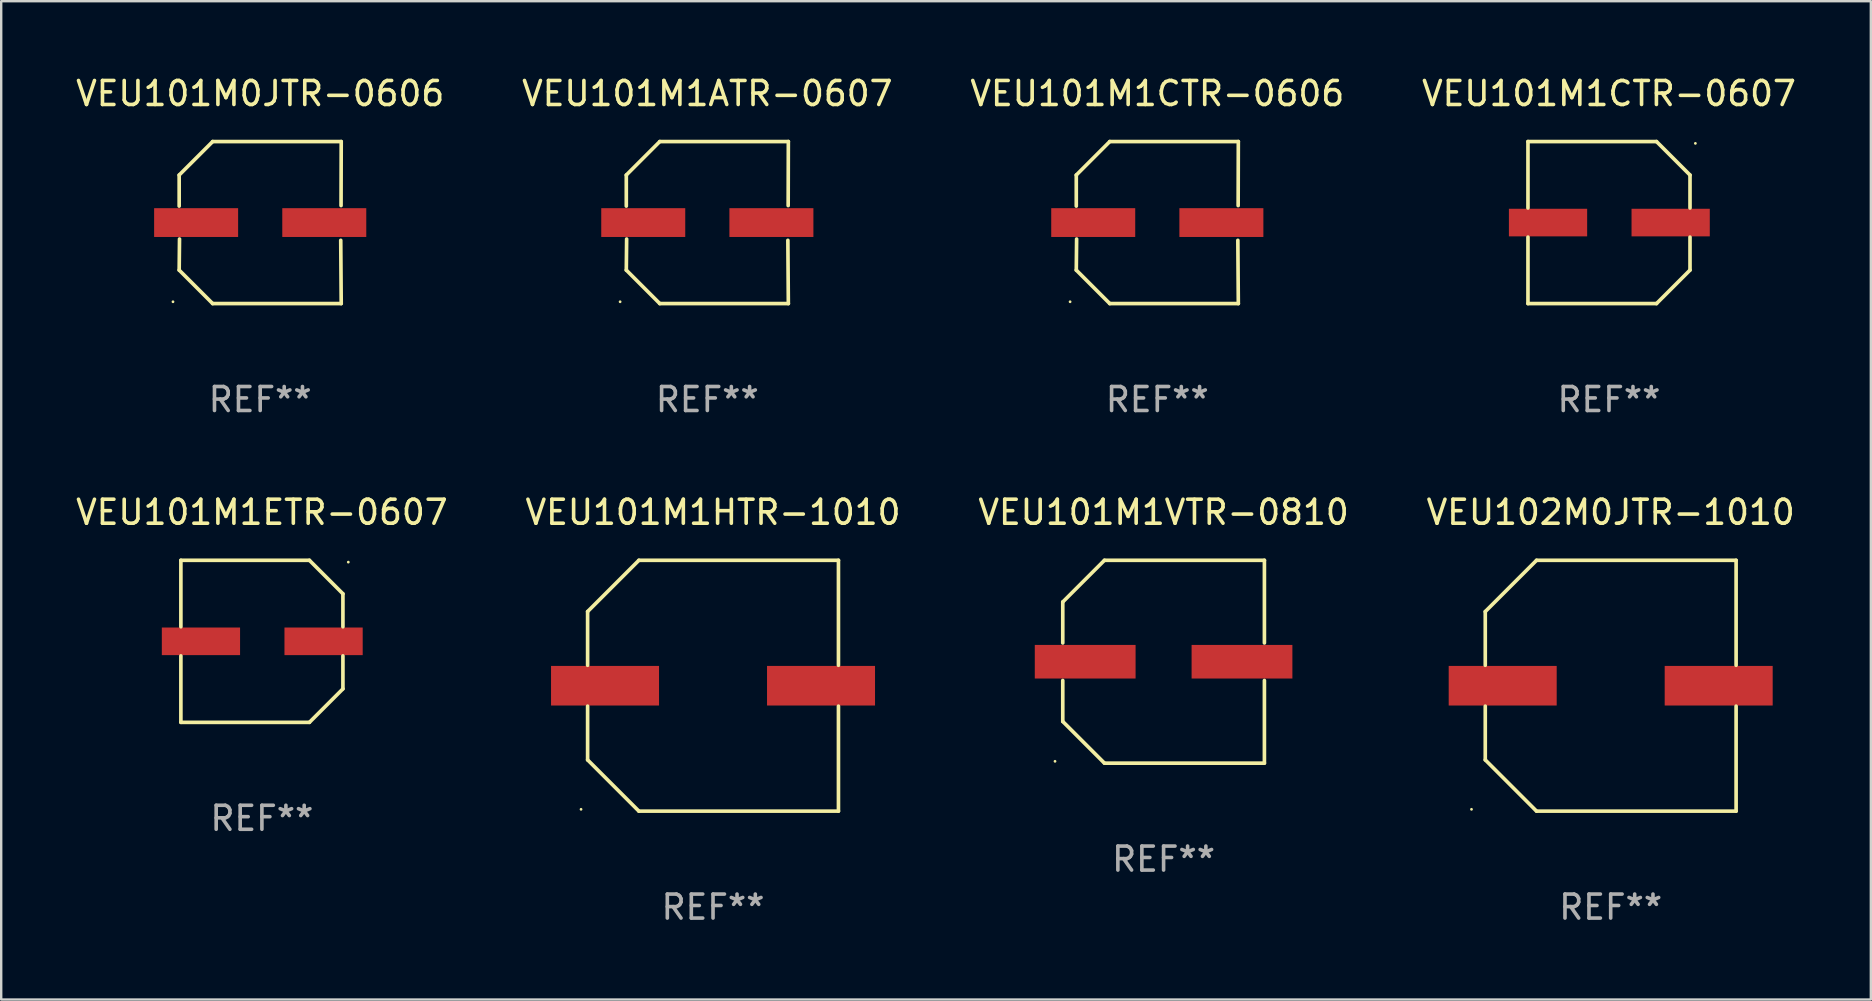
<source format=kicad_pcb>
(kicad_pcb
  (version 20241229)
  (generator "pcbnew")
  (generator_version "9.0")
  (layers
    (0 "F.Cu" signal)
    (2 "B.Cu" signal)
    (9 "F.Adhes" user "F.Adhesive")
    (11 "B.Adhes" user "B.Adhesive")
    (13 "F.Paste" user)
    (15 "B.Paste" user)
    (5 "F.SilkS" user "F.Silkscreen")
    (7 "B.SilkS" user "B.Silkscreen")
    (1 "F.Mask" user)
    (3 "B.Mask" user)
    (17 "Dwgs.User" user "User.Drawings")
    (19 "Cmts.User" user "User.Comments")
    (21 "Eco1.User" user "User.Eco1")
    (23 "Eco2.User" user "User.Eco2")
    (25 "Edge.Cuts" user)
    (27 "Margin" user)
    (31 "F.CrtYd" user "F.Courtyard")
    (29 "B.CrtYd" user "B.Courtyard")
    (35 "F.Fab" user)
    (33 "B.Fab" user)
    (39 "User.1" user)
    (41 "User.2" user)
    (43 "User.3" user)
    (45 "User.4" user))
  (footprint "VEU101M1ATR-0607"
    (layer "F.Cu")
    (at 26.423 6.224)
    (property "Reference" "VEU101M1ATR-0607" (at 0 -5.376 0) (layer "F.SilkS") (effects (font (size 1 1) (thickness 0.15))))
    (attr through_hole)
    (fp_line (start -3.376 -1.98) (end -3.376 -0.686) (stroke (width 0.152) (type solid)) (layer "F.SilkS"))
    (fp_line (start -3.376 1.981) (end -3.362 0.686) (stroke (width 0.152) (type solid)) (layer "F.SilkS"))
    (fp_line (start -1.981 3.376) (end -3.376 1.981) (stroke (width 0.152) (type solid)) (layer "F.SilkS"))
    (fp_line (start -1.98 -3.376) (end -3.376 -1.98) (stroke (width 0.152) (type solid)) (layer "F.SilkS"))
    (fp_line (start 3.356 0.74) (end 3.376 3.376) (stroke (width 0.152) (type solid)) (layer "F.SilkS"))
    (fp_line (start 3.369 -0.707) (end 3.376 -3.376) (stroke (width 0.152) (type solid)) (layer "F.SilkS"))
    (fp_line (start 3.376 3.376) (end -1.981 3.376) (stroke (width 0.152) (type solid)) (layer "F.SilkS"))
    (fp_line (start 3.376 -3.376) (end -1.98 -3.376) (stroke (width 0.152) (type solid)) (layer "F.SilkS"))
    (fp_circle (center -3.634 3.3) (end -3.604 3.3) (stroke (width 0.06) (type solid)) (fill no) (layer "F.SilkS"))
    (fp_text user "REF**" (at 0 7.376 0) (layer "F.Fab") (effects (font (size 1 1) (thickness 0.15))))
    (pad "1" smd rect (at -2.67 0.000254) (size 3.5 1.2) (layers "F.Cu" "F.Mask" "F.Paste"))
    (pad "2" smd rect (at 2.67 0.000254) (size 3.5 1.2) (layers "F.Cu" "F.Mask" "F.Paste")))
  (footprint "VEU101M1CTR-0606"
    (layer "F.Cu")
    (at 45.173 6.224)
    (property "Reference" "VEU101M1CTR-0606" (at 0 -5.376 0) (layer "F.SilkS") (effects (font (size 1 1) (thickness 0.15))))
    (attr through_hole)
    (fp_line (start -3.376 -1.98) (end -3.376 -0.686) (stroke (width 0.152) (type solid)) (layer "F.SilkS"))
    (fp_line (start -3.376 1.981) (end -3.362 0.686) (stroke (width 0.152) (type solid)) (layer "F.SilkS"))
    (fp_line (start -1.981 3.376) (end -3.376 1.981) (stroke (width 0.152) (type solid)) (layer "F.SilkS"))
    (fp_line (start -1.98 -3.376) (end -3.376 -1.98) (stroke (width 0.152) (type solid)) (layer "F.SilkS"))
    (fp_line (start 3.356 0.74) (end 3.376 3.376) (stroke (width 0.152) (type solid)) (layer "F.SilkS"))
    (fp_line (start 3.369 -0.707) (end 3.376 -3.376) (stroke (width 0.152) (type solid)) (layer "F.SilkS"))
    (fp_line (start 3.376 3.376) (end -1.981 3.376) (stroke (width 0.152) (type solid)) (layer "F.SilkS"))
    (fp_line (start 3.376 -3.376) (end -1.98 -3.376) (stroke (width 0.152) (type solid)) (layer "F.SilkS"))
    (fp_circle (center -3.634 3.3) (end -3.604 3.3) (stroke (width 0.06) (type solid)) (fill no) (layer "F.SilkS"))
    (fp_text user "REF**" (at 0 7.376 0) (layer "F.Fab") (effects (font (size 1 1) (thickness 0.15))))
    (pad "1" smd rect (at -2.67 0.000254) (size 3.5 1.2) (layers "F.Cu" "F.Mask" "F.Paste"))
    (pad "2" smd rect (at 2.67 0.000254) (size 3.5 1.2) (layers "F.Cu" "F.Mask" "F.Paste")))
  (footprint "VEU101M0JTR-0606"
    (layer "F.Cu")
    (at 7.792 6.224)
    (property "Reference" "VEU101M0JTR-0606" (at 0 -5.376 0) (layer "F.SilkS") (effects (font (size 1 1) (thickness 0.15))))
    (attr through_hole)
    (fp_line (start -3.376 -1.98) (end -3.376 -0.686) (stroke (width 0.152) (type solid)) (layer "F.SilkS"))
    (fp_line (start -3.376 1.981) (end -3.362 0.686) (stroke (width 0.152) (type solid)) (layer "F.SilkS"))
    (fp_line (start -1.981 3.376) (end -3.376 1.981) (stroke (width 0.152) (type solid)) (layer "F.SilkS"))
    (fp_line (start -1.98 -3.376) (end -3.376 -1.98) (stroke (width 0.152) (type solid)) (layer "F.SilkS"))
    (fp_line (start 3.356 0.74) (end 3.376 3.376) (stroke (width 0.152) (type solid)) (layer "F.SilkS"))
    (fp_line (start 3.369 -0.707) (end 3.376 -3.376) (stroke (width 0.152) (type solid)) (layer "F.SilkS"))
    (fp_line (start 3.376 3.376) (end -1.981 3.376) (stroke (width 0.152) (type solid)) (layer "F.SilkS"))
    (fp_line (start 3.376 -3.376) (end -1.98 -3.376) (stroke (width 0.152) (type solid)) (layer "F.SilkS"))
    (fp_circle (center -3.634 3.3) (end -3.604 3.3) (stroke (width 0.06) (type solid)) (fill no) (layer "F.SilkS"))
    (fp_text user "REF**" (at 0 7.376 0) (layer "F.Fab") (effects (font (size 1 1) (thickness 0.15))))
    (pad "1" smd rect (at -2.67 0.000254) (size 3.5 1.2) (layers "F.Cu" "F.Mask" "F.Paste"))
    (pad "2" smd rect (at 2.67 0.000254) (size 3.5 1.2) (layers "F.Cu" "F.Mask" "F.Paste")))
  (footprint "VEU101M1HTR-1010"
    (layer "F.Cu")
    (at 26.661 25.523)
    (property "Reference" "VEU101M1HTR-1010" (at 0 -7.226 0) (layer "F.SilkS") (effects (font (size 1 1) (thickness 0.15))))
    (attr through_hole)
    (fp_line (start -5.226 -3.09) (end -5.226 -0.852) (stroke (width 0.152) (type solid)) (layer "F.SilkS"))
    (fp_line (start -5.226 3.09) (end -5.226 0.852) (stroke (width 0.152) (type solid)) (layer "F.SilkS"))
    (fp_line (start -3.09 -5.226) (end -5.226 -3.09) (stroke (width 0.152) (type solid)) (layer "F.SilkS"))
    (fp_line (start -3.09 5.226) (end -5.226 3.09) (stroke (width 0.152) (type solid)) (layer "F.SilkS"))
    (fp_line (start 5.226 -5.226) (end -3.09 -5.226) (stroke (width 0.152) (type solid)) (layer "F.SilkS"))
    (fp_line (start 5.226 -0.852) (end 5.226 -5.226) (stroke (width 0.152) (type solid)) (layer "F.SilkS"))
    (fp_line (start 5.226 0.852) (end 5.226 5.226) (stroke (width 0.152) (type solid)) (layer "F.SilkS"))
    (fp_line (start 5.226 5.226) (end -3.09 5.226) (stroke (width 0.152) (type solid)) (layer "F.SilkS"))
    (fp_circle (center -5.5 5.15) (end -5.47 5.15) (stroke (width 0.06) (type solid)) (fill no) (layer "F.SilkS"))
    (fp_text user "REF**" (at 0 9.226 0) (layer "F.Fab") (effects (font (size 1 1) (thickness 0.15))))
    (pad "1" smd rect (at -4.5 -0.000025) (size 4.5 1.65) (layers "F.Cu" "F.Mask" "F.Paste"))
    (pad "2" smd rect (at 4.5 -0.000025) (size 4.5 1.65) (layers "F.Cu" "F.Mask" "F.Paste")))
  (footprint "VEU101M1VTR-0810"
    (layer "F.Cu")
    (at 45.435 24.523)
    (property "Reference" "VEU101M1VTR-0810" (at 0 -6.226 0) (layer "F.SilkS") (effects (font (size 1 1) (thickness 0.15))))
    (attr through_hole)
    (fp_line (start -4.201 -2.49) (end -4.201 -0.782) (stroke (width 0.152) (type solid)) (layer "F.SilkS"))
    (fp_line (start -4.201 2.49) (end -4.201 0.782) (stroke (width 0.152) (type solid)) (layer "F.SilkS"))
    (fp_line (start -2.465 -4.226) (end -4.201 -2.49) (stroke (width 0.152) (type solid)) (layer "F.SilkS"))
    (fp_line (start -2.465 4.226) (end -4.201 2.49) (stroke (width 0.152) (type solid)) (layer "F.SilkS"))
    (fp_line (start 4.201 -4.226) (end -2.465 -4.226) (stroke (width 0.152) (type solid)) (layer "F.SilkS"))
    (fp_line (start 4.201 -0.782) (end 4.201 -4.226) (stroke (width 0.152) (type solid)) (layer "F.SilkS"))
    (fp_line (start 4.201 0.782) (end 4.201 4.226) (stroke (width 0.152) (type solid)) (layer "F.SilkS"))
    (fp_line (start 4.201 4.226) (end -2.465 4.226) (stroke (width 0.152) (type solid)) (layer "F.SilkS"))
    (fp_circle (center -4.524 4.15) (end -4.494 4.15) (stroke (width 0.06) (type solid)) (fill no) (layer "F.SilkS"))
    (fp_text user "REF**" (at 0 8.226 0) (layer "F.Fab") (effects (font (size 1 1) (thickness 0.15))))
    (pad "1" smd rect (at -3.267 0) (size 4.2 1.4) (layers "F.Cu" "F.Mask" "F.Paste"))
    (pad "2" smd rect (at 3.267 0) (size 4.2 1.4) (layers "F.Cu" "F.Mask" "F.Paste")))
  (footprint "VEU102M0JTR-1010"
    (layer "F.Cu")
    (at 64.065 25.523)
    (property "Reference" "VEU102M0JTR-1010" (at 0 -7.226 0) (layer "F.SilkS") (effects (font (size 1 1) (thickness 0.15))))
    (attr through_hole)
    (fp_line (start -5.226 -3.09) (end -5.226 -0.852) (stroke (width 0.152) (type solid)) (layer "F.SilkS"))
    (fp_line (start -5.226 3.09) (end -5.226 0.852) (stroke (width 0.152) (type solid)) (layer "F.SilkS"))
    (fp_line (start -3.09 -5.226) (end -5.226 -3.09) (stroke (width 0.152) (type solid)) (layer "F.SilkS"))
    (fp_line (start -3.09 5.226) (end -5.226 3.09) (stroke (width 0.152) (type solid)) (layer "F.SilkS"))
    (fp_line (start 5.226 -5.226) (end -3.09 -5.226) (stroke (width 0.152) (type solid)) (layer "F.SilkS"))
    (fp_line (start 5.226 -0.852) (end 5.226 -5.226) (stroke (width 0.152) (type solid)) (layer "F.SilkS"))
    (fp_line (start 5.226 0.852) (end 5.226 5.226) (stroke (width 0.152) (type solid)) (layer "F.SilkS"))
    (fp_line (start 5.226 5.226) (end -3.09 5.226) (stroke (width 0.152) (type solid)) (layer "F.SilkS"))
    (fp_circle (center -5.8 5.15) (end -5.77 5.15) (stroke (width 0.06) (type solid)) (fill no) (layer "F.SilkS"))
    (fp_text user "REF**" (at 0 9.226 0) (layer "F.Fab") (effects (font (size 1 1) (thickness 0.15))))
    (pad "1" smd rect (at -4.5 0) (size 4.5 1.65) (layers "F.Cu" "F.Mask" "F.Paste"))
    (pad "2" smd rect (at 4.5 0) (size 4.5 1.65) (layers "F.Cu" "F.Mask" "F.Paste")))
  (footprint "VEU101M1CTR-0607"
    (layer "F.Cu")
    (at 63.994 6.224)
    (property "Reference" "VEU101M1CTR-0607" (at 0 -5.376 0) (layer "F.SilkS") (effects (font (size 1 1) (thickness 0.15))))
    (attr through_hole)
    (fp_line (start -3.376 -3.376) (end 1.98 -3.376) (stroke (width 0.152) (type solid)) (layer "F.SilkS"))
    (fp_line (start -3.376 -0.607) (end -3.376 -3.376) (stroke (width 0.152) (type solid)) (layer "F.SilkS"))
    (fp_line (start -3.376 0.607) (end -3.376 3.376) (stroke (width 0.152) (type solid)) (layer "F.SilkS"))
    (fp_line (start -3.376 3.376) (end 1.98 3.376) (stroke (width 0.152) (type solid)) (layer "F.SilkS"))
    (fp_line (start 1.98 -3.376) (end 3.376 -1.98) (stroke (width 0.152) (type solid)) (layer "F.SilkS"))
    (fp_line (start 1.98 3.376) (end 3.376 1.98) (stroke (width 0.152) (type solid)) (layer "F.SilkS"))
    (fp_line (start 3.376 -1.98) (end 3.376 -0.607) (stroke (width 0.152) (type solid)) (layer "F.SilkS"))
    (fp_line (start 3.376 1.98) (end 3.376 0.607) (stroke (width 0.152) (type solid)) (layer "F.SilkS"))
    (fp_circle (center 3.6 -3.3) (end 3.63 -3.3) (stroke (width 0.06) (type solid)) (fill no) (layer "F.SilkS"))
    (fp_text user "REF**" (at 0 7.376 0) (layer "F.Fab") (effects (font (size 1 1) (thickness 0.15))))
    (pad "1" smd rect (at 2.57 0 180) (size 3.26 1.15) (layers "F.Cu" "F.Mask" "F.Paste"))
    (pad "2" smd rect (at -2.54 0 180) (size 3.26 1.15) (layers "F.Cu" "F.Mask" "F.Paste")))
  (footprint "VEU101M1ETR-0607"
    (layer "F.Cu")
    (at 7.863 23.673)
    (property "Reference" "VEU101M1ETR-0607" (at 0 -5.376 0) (layer "F.SilkS") (effects (font (size 1 1) (thickness 0.15))))
    (attr through_hole)
    (fp_line (start -3.376 -3.376) (end 1.98 -3.376) (stroke (width 0.152) (type solid)) (layer "F.SilkS"))
    (fp_line (start -3.376 -0.607) (end -3.376 -3.376) (stroke (width 0.152) (type solid)) (layer "F.SilkS"))
    (fp_line (start -3.376 0.607) (end -3.376 3.376) (stroke (width 0.152) (type solid)) (layer "F.SilkS"))
    (fp_line (start -3.376 3.376) (end 1.98 3.376) (stroke (width 0.152) (type solid)) (layer "F.SilkS"))
    (fp_line (start 1.98 -3.376) (end 3.376 -1.98) (stroke (width 0.152) (type solid)) (layer "F.SilkS"))
    (fp_line (start 1.98 3.376) (end 3.376 1.98) (stroke (width 0.152) (type solid)) (layer "F.SilkS"))
    (fp_line (start 3.376 -1.98) (end 3.376 -0.607) (stroke (width 0.152) (type solid)) (layer "F.SilkS"))
    (fp_line (start 3.376 1.98) (end 3.376 0.607) (stroke (width 0.152) (type solid)) (layer "F.SilkS"))
    (fp_circle (center 3.6 -3.3) (end 3.63 -3.3) (stroke (width 0.06) (type solid)) (fill no) (layer "F.SilkS"))
    (fp_text user "REF**" (at 0 7.376 0) (layer "F.Fab") (effects (font (size 1 1) (thickness 0.15))))
    (pad "1" smd rect (at 2.57 0 180) (size 3.26 1.15) (layers "F.Cu" "F.Mask" "F.Paste"))
    (pad "2" smd rect (at -2.54 0 180) (size 3.26 1.15) (layers "F.Cu" "F.Mask" "F.Paste")))
  (gr_rect
    (start -3 -3)
    (end 74.905 38.598)
    (stroke (width 0.1) (type default))
    (fill no)
    (layer "Edge.Cuts")))
</source>
